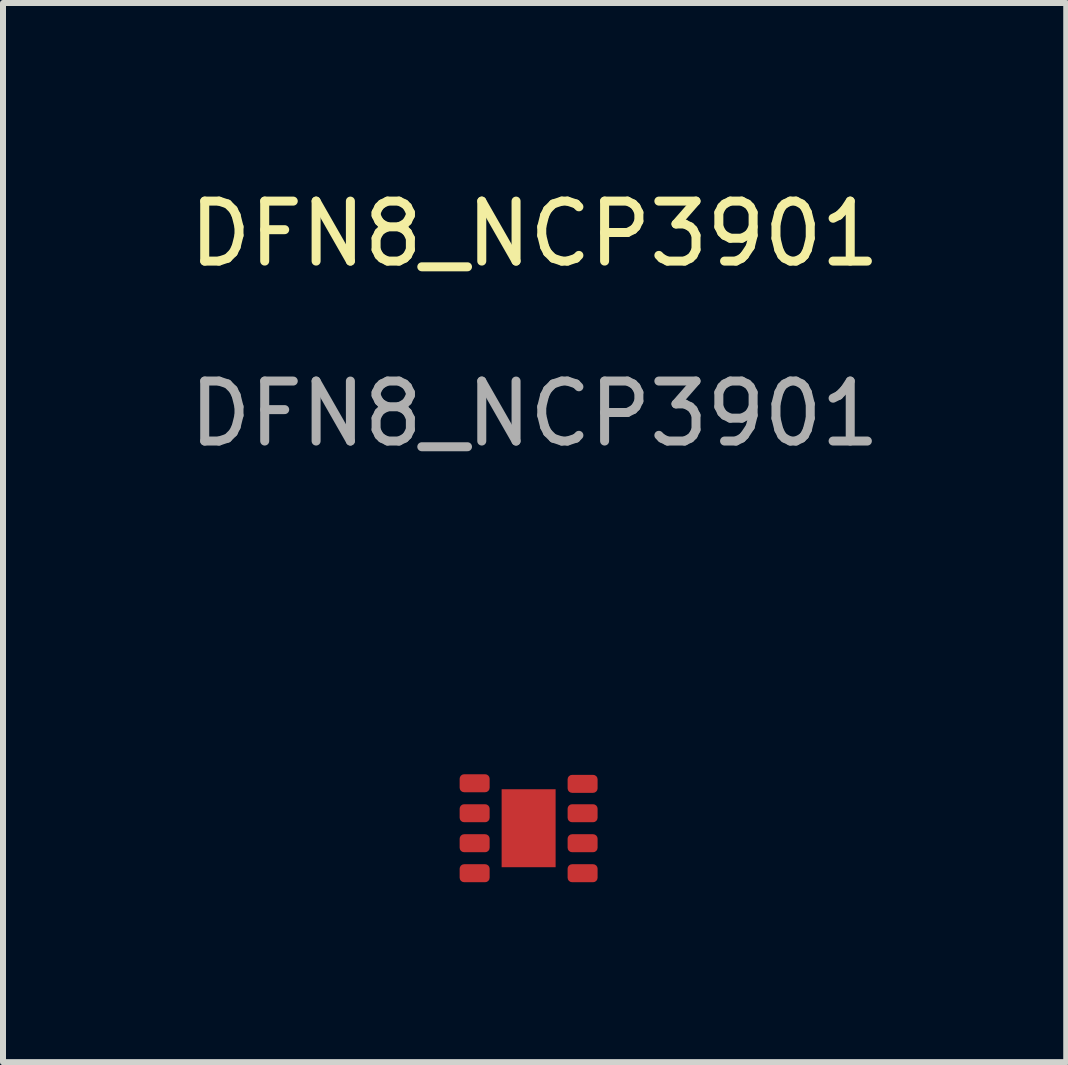
<source format=kicad_pcb>
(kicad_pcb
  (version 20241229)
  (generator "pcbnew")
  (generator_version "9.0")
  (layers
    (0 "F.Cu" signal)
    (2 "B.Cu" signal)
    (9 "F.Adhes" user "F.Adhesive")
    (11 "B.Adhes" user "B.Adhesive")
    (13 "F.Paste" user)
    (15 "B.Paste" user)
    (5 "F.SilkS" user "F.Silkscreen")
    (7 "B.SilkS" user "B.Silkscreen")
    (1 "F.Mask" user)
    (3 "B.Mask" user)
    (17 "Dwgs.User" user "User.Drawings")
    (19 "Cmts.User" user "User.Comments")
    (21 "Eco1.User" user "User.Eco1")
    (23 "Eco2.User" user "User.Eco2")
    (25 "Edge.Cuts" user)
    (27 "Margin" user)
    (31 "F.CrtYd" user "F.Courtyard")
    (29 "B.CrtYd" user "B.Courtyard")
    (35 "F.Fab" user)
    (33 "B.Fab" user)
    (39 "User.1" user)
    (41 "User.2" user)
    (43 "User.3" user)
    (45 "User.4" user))
  (footprint "DFN8_NCP3901"
    (layer "F.Cu")
    (at 5.863 11.008)
    (property "Reference" "DFN8_NCP3901" (at 0 -10.16 0) (unlocked yes) (layer "F.SilkS") (effects (font (size 1 1) (thickness 0.15))))
    (attr smd)
    (fp_text user "${REFERENCE}" (at 0 -7.16 0) (unlocked yes) (layer "F.Fab") (effects (font (size 1 1) (thickness 0.15))))
    (pad "1" smd roundrect (at -1 -1) (size 0.5 0.3) (layers "F.Cu" "F.Mask" "F.Paste") (roundrect_rratio 0.25))
    (pad "2" smd roundrect (at -1 -0.5) (size 0.5 0.3) (layers "F.Cu" "F.Mask" "F.Paste") (roundrect_rratio 0.25))
    (pad "3" smd roundrect (at -1 0) (size 0.5 0.3) (layers "F.Cu" "F.Mask" "F.Paste") (roundrect_rratio 0.25))
    (pad "4" smd roundrect (at -1 0.5) (size 0.5 0.3) (layers "F.Cu" "F.Mask" "F.Paste") (roundrect_rratio 0.25))
    (pad "5" smd roundrect (at 0.8 0.5) (size 0.5 0.3) (layers "F.Cu" "F.Mask" "F.Paste") (roundrect_rratio 0.25))
    (pad "6" smd roundrect (at 0.8 0) (size 0.5 0.3) (layers "F.Cu" "F.Mask" "F.Paste") (roundrect_rratio 0.25))
    (pad "7" smd roundrect (at 0.8 -0.5) (size 0.5 0.3) (layers "F.Cu" "F.Mask" "F.Paste") (roundrect_rratio 0.25))
    (pad "8" smd roundrect (at 0.8 -0.99) (size 0.5 0.3) (layers "F.Cu" "F.Mask" "F.Paste") (roundrect_rratio 0.25))
    (pad "9" smd rect (at -0.1 -0.25 180) (size 0.9 1.3) (layers "F.Cu" "F.Mask" "F.Paste")))
  (gr_rect
    (start -3 -3)
    (end 14.726 14.658)
    (stroke (width 0.1) (type default))
    (fill no)
    (layer "Edge.Cuts")))
</source>
